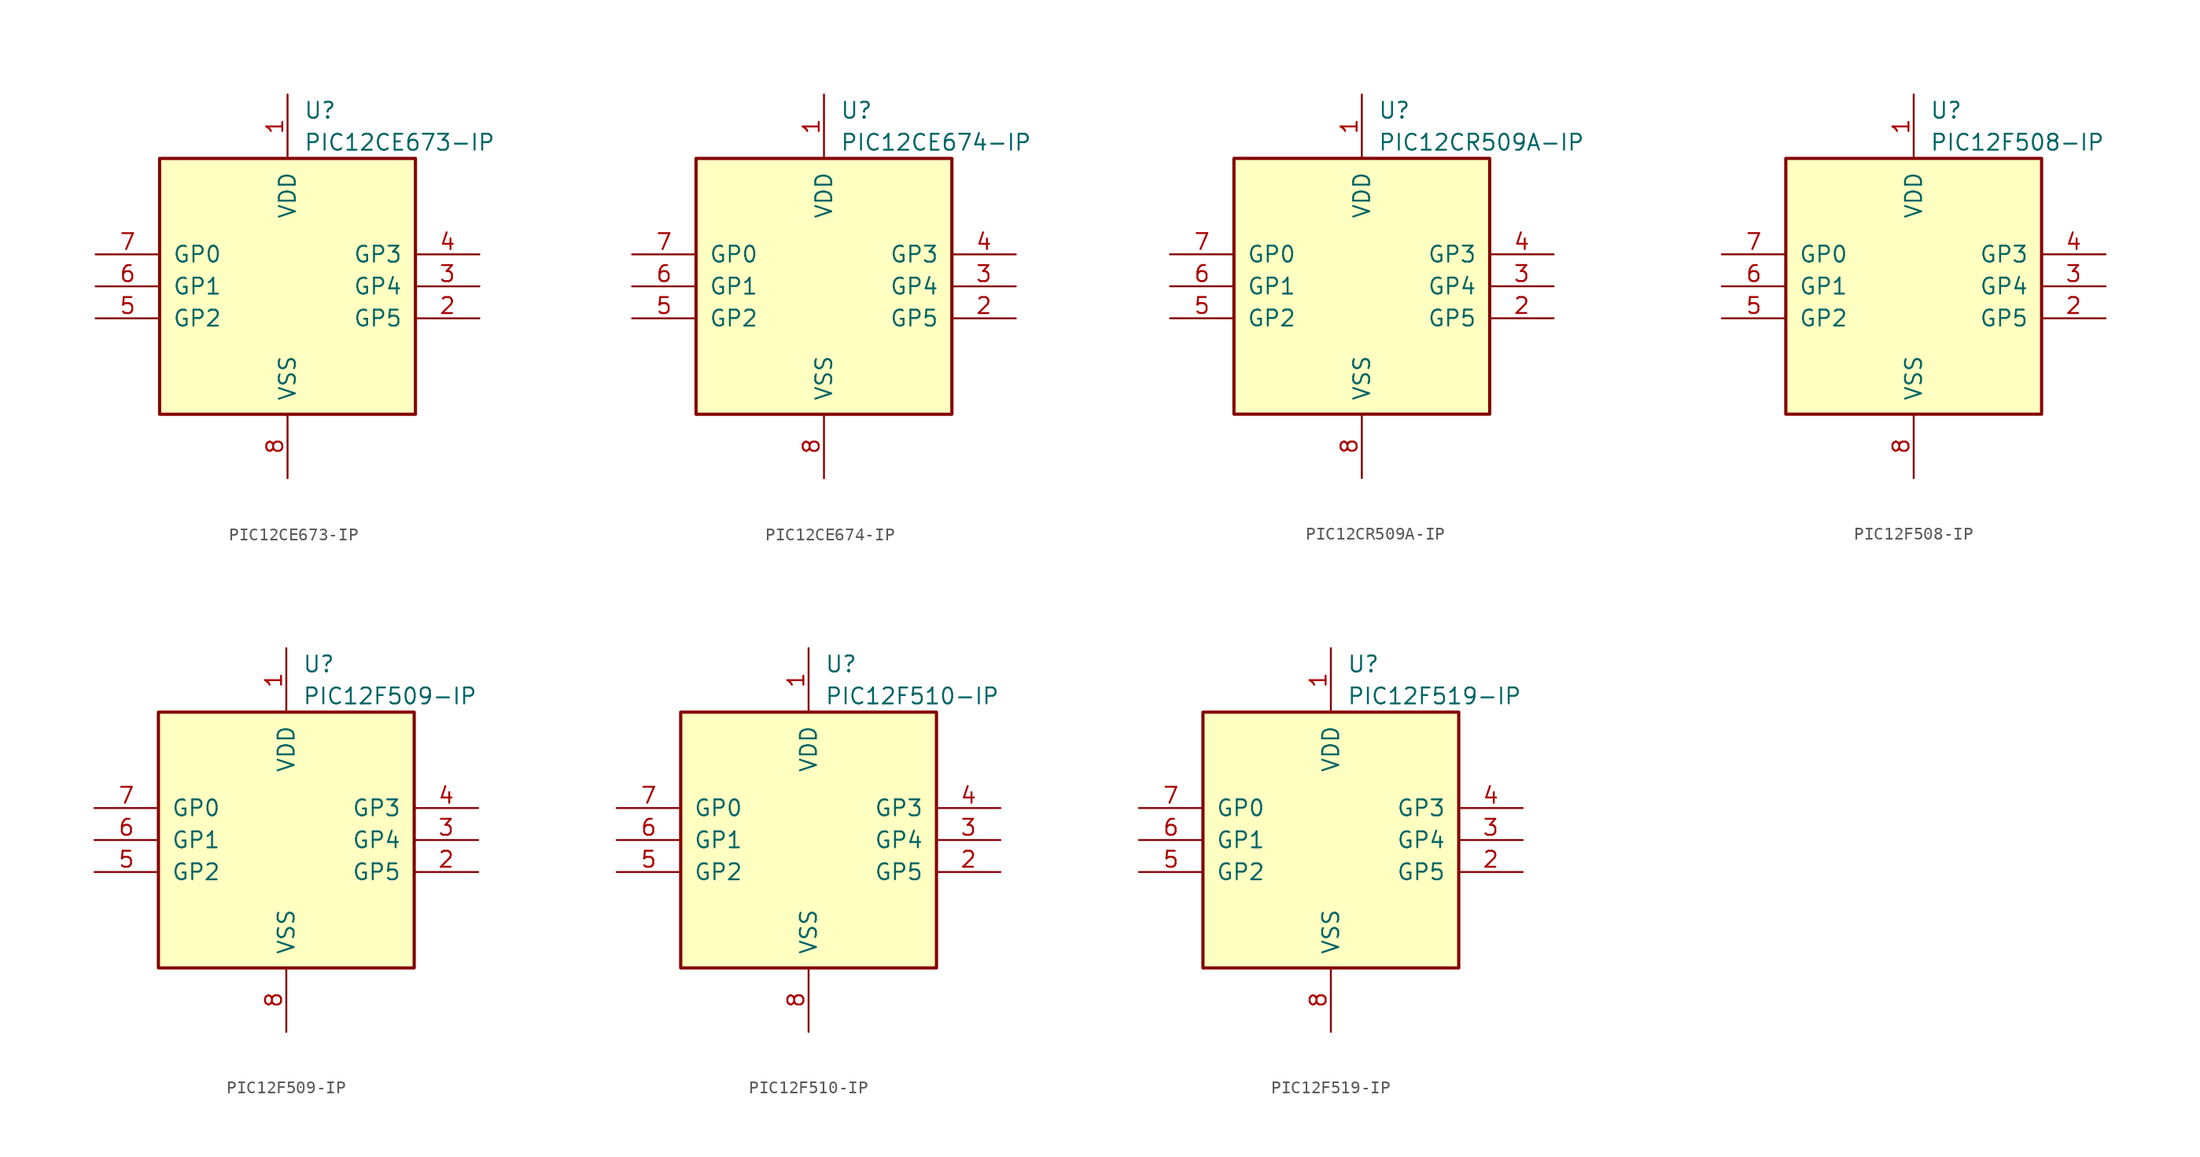
<source format=kicad_sym>
(kicad_symbol_lib
  (version 20201005)
  (generator kicad_symbol_editor)
  (symbol "PIC12CE673-IP"
    (pin_names
      (offset 1.016))
    (property "Reference" "U"
      (at 1.27 13.97 0)
      (effects (font (size 1.27 1.27)) (justify left)))
    (property "Value" "PIC12CE673-IP"
      (at 1.27 11.43 0)
      (effects (font (size 1.27 1.27)) (justify left)))
    (symbol "PIC12CE673-IP_0_1"
      (rectangle (start 10.16 -10.16) (end -10.16 10.16) (stroke (width 0.254)) (fill (type background))))
    (symbol "PIC12CE673-IP_1_1"
      (pin power_in line (at 0 15.24 270) (length 5.08) (name "VDD" (effects (font (size 1.27 1.27)))) (number "1" (effects (font (size 1.27 1.27)))))
      (pin bidirectional line (at 15.24 -2.54 180) (length 5.08) (name "GP5" (effects (font (size 1.27 1.27)))) (number "2" (effects (font (size 1.27 1.27)))))
      (pin bidirectional line (at 15.24 0 180) (length 5.08) (name "GP4" (effects (font (size 1.27 1.27)))) (number "3" (effects (font (size 1.27 1.27)))))
      (pin input line (at 15.24 2.54 180) (length 5.08) (name "GP3" (effects (font (size 1.27 1.27)))) (number "4" (effects (font (size 1.27 1.27)))))
      (pin bidirectional line (at -15.24 -2.54 0) (length 5.08) (name "GP2" (effects (font (size 1.27 1.27)))) (number "5" (effects (font (size 1.27 1.27)))))
      (pin bidirectional line (at -15.24 0 0) (length 5.08) (name "GP1" (effects (font (size 1.27 1.27)))) (number "6" (effects (font (size 1.27 1.27)))))
      (pin bidirectional line (at -15.24 2.54 0) (length 5.08) (name "GP0" (effects (font (size 1.27 1.27)))) (number "7" (effects (font (size 1.27 1.27)))))
      (pin power_in line (at 0 -15.24 90) (length 5.08) (name "VSS" (effects (font (size 1.27 1.27)))) (number "8" (effects (font (size 1.27 1.27)))))))
  (symbol "PIC12CE674-IP"
    (pin_names
      (offset 1.016))
    (property "Reference" "U"
      (at 1.27 13.97 0)
      (effects (font (size 1.27 1.27)) (justify left)))
    (property "Value" "PIC12CE674-IP"
      (at 1.27 11.43 0)
      (effects (font (size 1.27 1.27)) (justify left)))
    (symbol "PIC12CE674-IP_0_1"
      (rectangle (start 10.16 -10.16) (end -10.16 10.16) (stroke (width 0.254)) (fill (type background))))
    (symbol "PIC12CE674-IP_1_1"
      (pin power_in line (at 0 15.24 270) (length 5.08) (name "VDD" (effects (font (size 1.27 1.27)))) (number "1" (effects (font (size 1.27 1.27)))))
      (pin bidirectional line (at 15.24 -2.54 180) (length 5.08) (name "GP5" (effects (font (size 1.27 1.27)))) (number "2" (effects (font (size 1.27 1.27)))))
      (pin bidirectional line (at 15.24 0 180) (length 5.08) (name "GP4" (effects (font (size 1.27 1.27)))) (number "3" (effects (font (size 1.27 1.27)))))
      (pin input line (at 15.24 2.54 180) (length 5.08) (name "GP3" (effects (font (size 1.27 1.27)))) (number "4" (effects (font (size 1.27 1.27)))))
      (pin bidirectional line (at -15.24 -2.54 0) (length 5.08) (name "GP2" (effects (font (size 1.27 1.27)))) (number "5" (effects (font (size 1.27 1.27)))))
      (pin bidirectional line (at -15.24 0 0) (length 5.08) (name "GP1" (effects (font (size 1.27 1.27)))) (number "6" (effects (font (size 1.27 1.27)))))
      (pin bidirectional line (at -15.24 2.54 0) (length 5.08) (name "GP0" (effects (font (size 1.27 1.27)))) (number "7" (effects (font (size 1.27 1.27)))))
      (pin power_in line (at 0 -15.24 90) (length 5.08) (name "VSS" (effects (font (size 1.27 1.27)))) (number "8" (effects (font (size 1.27 1.27)))))))
  (symbol "PIC12CR509A-IP"
    (pin_names
      (offset 1.016))
    (property "Reference" "U"
      (at 1.27 13.97 0)
      (effects (font (size 1.27 1.27)) (justify left)))
    (property "Value" "PIC12CR509A-IP"
      (at 1.27 11.43 0)
      (effects (font (size 1.27 1.27)) (justify left)))
    (symbol "PIC12CR509A-IP_0_1"
      (rectangle (start 10.16 -10.16) (end -10.16 10.16) (stroke (width 0.254)) (fill (type background))))
    (symbol "PIC12CR509A-IP_1_1"
      (pin power_in line (at 0 15.24 270) (length 5.08) (name "VDD" (effects (font (size 1.27 1.27)))) (number "1" (effects (font (size 1.27 1.27)))))
      (pin bidirectional line (at 15.24 -2.54 180) (length 5.08) (name "GP5" (effects (font (size 1.27 1.27)))) (number "2" (effects (font (size 1.27 1.27)))))
      (pin bidirectional line (at 15.24 0 180) (length 5.08) (name "GP4" (effects (font (size 1.27 1.27)))) (number "3" (effects (font (size 1.27 1.27)))))
      (pin input line (at 15.24 2.54 180) (length 5.08) (name "GP3" (effects (font (size 1.27 1.27)))) (number "4" (effects (font (size 1.27 1.27)))))
      (pin bidirectional line (at -15.24 -2.54 0) (length 5.08) (name "GP2" (effects (font (size 1.27 1.27)))) (number "5" (effects (font (size 1.27 1.27)))))
      (pin bidirectional line (at -15.24 0 0) (length 5.08) (name "GP1" (effects (font (size 1.27 1.27)))) (number "6" (effects (font (size 1.27 1.27)))))
      (pin bidirectional line (at -15.24 2.54 0) (length 5.08) (name "GP0" (effects (font (size 1.27 1.27)))) (number "7" (effects (font (size 1.27 1.27)))))
      (pin power_in line (at 0 -15.24 90) (length 5.08) (name "VSS" (effects (font (size 1.27 1.27)))) (number "8" (effects (font (size 1.27 1.27)))))))
  (symbol "PIC12F508-IP"
    (pin_names
      (offset 1.016))
    (property "Reference" "U"
      (at 1.27 13.97 0)
      (effects (font (size 1.27 1.27)) (justify left)))
    (property "Value" "PIC12F508-IP"
      (at 1.27 11.43 0)
      (effects (font (size 1.27 1.27)) (justify left)))
    (symbol "PIC12F508-IP_0_1"
      (rectangle (start 10.16 -10.16) (end -10.16 10.16) (stroke (width 0.254)) (fill (type background))))
    (symbol "PIC12F508-IP_1_1"
      (pin power_in line (at 0 15.24 270) (length 5.08) (name "VDD" (effects (font (size 1.27 1.27)))) (number "1" (effects (font (size 1.27 1.27)))))
      (pin bidirectional line (at 15.24 -2.54 180) (length 5.08) (name "GP5" (effects (font (size 1.27 1.27)))) (number "2" (effects (font (size 1.27 1.27)))))
      (pin bidirectional line (at 15.24 0 180) (length 5.08) (name "GP4" (effects (font (size 1.27 1.27)))) (number "3" (effects (font (size 1.27 1.27)))))
      (pin input line (at 15.24 2.54 180) (length 5.08) (name "GP3" (effects (font (size 1.27 1.27)))) (number "4" (effects (font (size 1.27 1.27)))))
      (pin bidirectional line (at -15.24 -2.54 0) (length 5.08) (name "GP2" (effects (font (size 1.27 1.27)))) (number "5" (effects (font (size 1.27 1.27)))))
      (pin bidirectional line (at -15.24 0 0) (length 5.08) (name "GP1" (effects (font (size 1.27 1.27)))) (number "6" (effects (font (size 1.27 1.27)))))
      (pin bidirectional line (at -15.24 2.54 0) (length 5.08) (name "GP0" (effects (font (size 1.27 1.27)))) (number "7" (effects (font (size 1.27 1.27)))))
      (pin power_in line (at 0 -15.24 90) (length 5.08) (name "VSS" (effects (font (size 1.27 1.27)))) (number "8" (effects (font (size 1.27 1.27)))))))
  (symbol "PIC12F509-IP"
    (pin_names
      (offset 1.016))
    (property "Reference" "U"
      (at 1.27 13.97 0)
      (effects (font (size 1.27 1.27)) (justify left)))
    (property "Value" "PIC12F509-IP"
      (at 1.27 11.43 0)
      (effects (font (size 1.27 1.27)) (justify left)))
    (symbol "PIC12F509-IP_0_1"
      (rectangle (start 10.16 -10.16) (end -10.16 10.16) (stroke (width 0.254)) (fill (type background))))
    (symbol "PIC12F509-IP_1_1"
      (pin power_in line (at 0 15.24 270) (length 5.08) (name "VDD" (effects (font (size 1.27 1.27)))) (number "1" (effects (font (size 1.27 1.27)))))
      (pin bidirectional line (at 15.24 -2.54 180) (length 5.08) (name "GP5" (effects (font (size 1.27 1.27)))) (number "2" (effects (font (size 1.27 1.27)))))
      (pin bidirectional line (at 15.24 0 180) (length 5.08) (name "GP4" (effects (font (size 1.27 1.27)))) (number "3" (effects (font (size 1.27 1.27)))))
      (pin input line (at 15.24 2.54 180) (length 5.08) (name "GP3" (effects (font (size 1.27 1.27)))) (number "4" (effects (font (size 1.27 1.27)))))
      (pin bidirectional line (at -15.24 -2.54 0) (length 5.08) (name "GP2" (effects (font (size 1.27 1.27)))) (number "5" (effects (font (size 1.27 1.27)))))
      (pin bidirectional line (at -15.24 0 0) (length 5.08) (name "GP1" (effects (font (size 1.27 1.27)))) (number "6" (effects (font (size 1.27 1.27)))))
      (pin bidirectional line (at -15.24 2.54 0) (length 5.08) (name "GP0" (effects (font (size 1.27 1.27)))) (number "7" (effects (font (size 1.27 1.27)))))
      (pin power_in line (at 0 -15.24 90) (length 5.08) (name "VSS" (effects (font (size 1.27 1.27)))) (number "8" (effects (font (size 1.27 1.27)))))))
  (symbol "PIC12F510-IP"
    (pin_names
      (offset 1.016))
    (property "Reference" "U"
      (at 1.27 13.97 0)
      (effects (font (size 1.27 1.27)) (justify left)))
    (property "Value" "PIC12F510-IP"
      (at 1.27 11.43 0)
      (effects (font (size 1.27 1.27)) (justify left)))
    (symbol "PIC12F510-IP_0_1"
      (rectangle (start 10.16 -10.16) (end -10.16 10.16) (stroke (width 0.254)) (fill (type background))))
    (symbol "PIC12F510-IP_1_1"
      (pin power_in line (at 0 15.24 270) (length 5.08) (name "VDD" (effects (font (size 1.27 1.27)))) (number "1" (effects (font (size 1.27 1.27)))))
      (pin bidirectional line (at 15.24 -2.54 180) (length 5.08) (name "GP5" (effects (font (size 1.27 1.27)))) (number "2" (effects (font (size 1.27 1.27)))))
      (pin bidirectional line (at 15.24 0 180) (length 5.08) (name "GP4" (effects (font (size 1.27 1.27)))) (number "3" (effects (font (size 1.27 1.27)))))
      (pin input line (at 15.24 2.54 180) (length 5.08) (name "GP3" (effects (font (size 1.27 1.27)))) (number "4" (effects (font (size 1.27 1.27)))))
      (pin bidirectional line (at -15.24 -2.54 0) (length 5.08) (name "GP2" (effects (font (size 1.27 1.27)))) (number "5" (effects (font (size 1.27 1.27)))))
      (pin bidirectional line (at -15.24 0 0) (length 5.08) (name "GP1" (effects (font (size 1.27 1.27)))) (number "6" (effects (font (size 1.27 1.27)))))
      (pin bidirectional line (at -15.24 2.54 0) (length 5.08) (name "GP0" (effects (font (size 1.27 1.27)))) (number "7" (effects (font (size 1.27 1.27)))))
      (pin power_in line (at 0 -15.24 90) (length 5.08) (name "VSS" (effects (font (size 1.27 1.27)))) (number "8" (effects (font (size 1.27 1.27)))))))
  (symbol "PIC12F519-IP"
    (pin_names
      (offset 1.016))
    (property "Reference" "U"
      (at 1.27 13.97 0)
      (effects (font (size 1.27 1.27)) (justify left)))
    (property "Value" "PIC12F519-IP"
      (at 1.27 11.43 0)
      (effects (font (size 1.27 1.27)) (justify left)))
    (symbol "PIC12F519-IP_0_1"
      (rectangle (start 10.16 -10.16) (end -10.16 10.16) (stroke (width 0.254)) (fill (type background))))
    (symbol "PIC12F519-IP_1_1"
      (pin power_in line (at 0 15.24 270) (length 5.08) (name "VDD" (effects (font (size 1.27 1.27)))) (number "1" (effects (font (size 1.27 1.27)))))
      (pin bidirectional line (at 15.24 -2.54 180) (length 5.08) (name "GP5" (effects (font (size 1.27 1.27)))) (number "2" (effects (font (size 1.27 1.27)))))
      (pin bidirectional line (at 15.24 0 180) (length 5.08) (name "GP4" (effects (font (size 1.27 1.27)))) (number "3" (effects (font (size 1.27 1.27)))))
      (pin input line (at 15.24 2.54 180) (length 5.08) (name "GP3" (effects (font (size 1.27 1.27)))) (number "4" (effects (font (size 1.27 1.27)))))
      (pin bidirectional line (at -15.24 -2.54 0) (length 5.08) (name "GP2" (effects (font (size 1.27 1.27)))) (number "5" (effects (font (size 1.27 1.27)))))
      (pin bidirectional line (at -15.24 0 0) (length 5.08) (name "GP1" (effects (font (size 1.27 1.27)))) (number "6" (effects (font (size 1.27 1.27)))))
      (pin bidirectional line (at -15.24 2.54 0) (length 5.08) (name "GP0" (effects (font (size 1.27 1.27)))) (number "7" (effects (font (size 1.27 1.27)))))
      (pin power_in line (at 0 -15.24 90) (length 5.08) (name "VSS" (effects (font (size 1.27 1.27)))) (number "8" (effects (font (size 1.27 1.27))))))))
</source>
